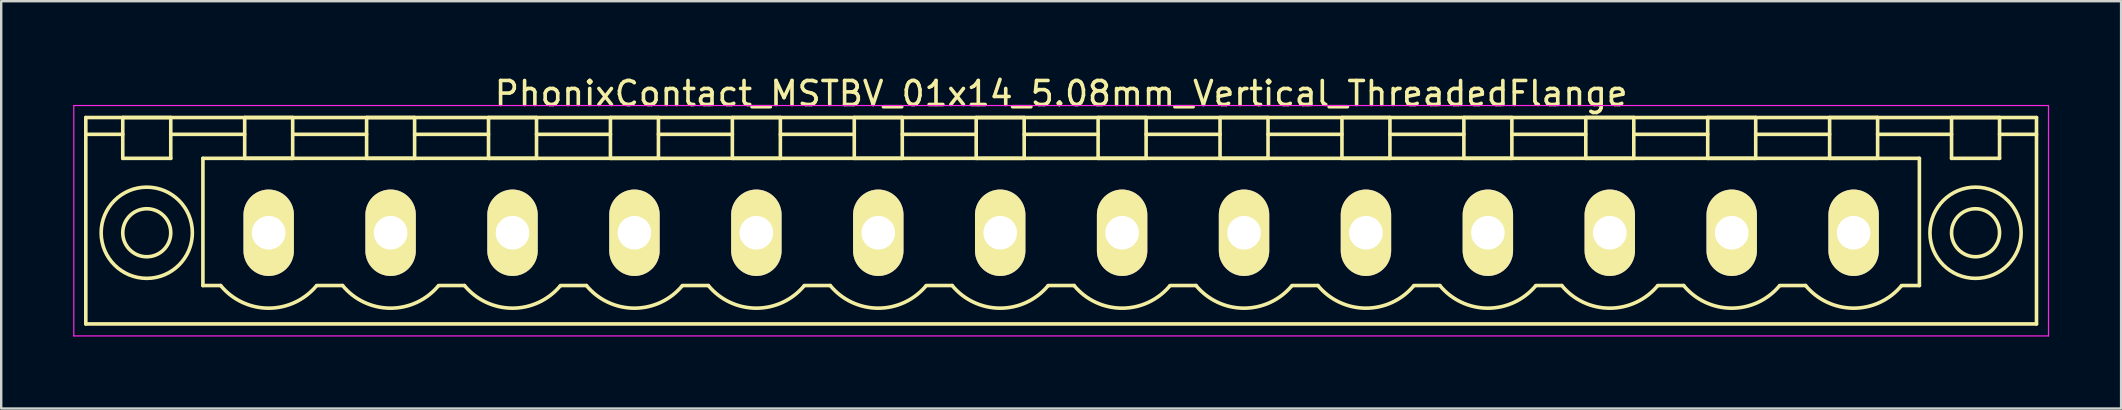
<source format=kicad_pcb>
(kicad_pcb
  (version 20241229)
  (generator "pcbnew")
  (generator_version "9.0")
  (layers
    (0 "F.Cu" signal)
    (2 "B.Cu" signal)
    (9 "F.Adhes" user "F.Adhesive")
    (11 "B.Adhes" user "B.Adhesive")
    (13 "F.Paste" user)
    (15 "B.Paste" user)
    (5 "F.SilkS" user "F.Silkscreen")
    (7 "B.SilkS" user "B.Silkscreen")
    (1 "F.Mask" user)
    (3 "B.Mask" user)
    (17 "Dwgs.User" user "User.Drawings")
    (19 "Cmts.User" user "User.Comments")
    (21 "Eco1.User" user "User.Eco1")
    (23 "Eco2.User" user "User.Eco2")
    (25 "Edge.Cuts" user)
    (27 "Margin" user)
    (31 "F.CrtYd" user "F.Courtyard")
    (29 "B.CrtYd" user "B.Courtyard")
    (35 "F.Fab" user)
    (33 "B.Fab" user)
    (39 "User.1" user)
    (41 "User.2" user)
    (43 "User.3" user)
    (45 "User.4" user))
  (footprint "PhonixContact_MSTBV_01x14_5.08mm_Vertical_ThreadedFlange"
    (layer "F.Cu")
    (at 8.145 6.648)
    (property "Reference" "PhonixContact_MSTBV_01x14_5.08mm_Vertical_ThreadedFlange" (at 33.02 -5.8 0) (layer "F.SilkS") (effects (font (size 1 1) (thickness 0.15))))
    (attr through_hole)
    (fp_line (start -7.62 -4.8) (end -7.62 3.8) (stroke (width 0.15) (type solid)) (layer "F.SilkS"))
    (fp_line (start -7.62 -4.1) (end -6.08 -4.1) (stroke (width 0.15) (type solid)) (layer "F.SilkS"))
    (fp_line (start -7.62 3.8) (end 73.66 3.8) (stroke (width 0.15) (type solid)) (layer "F.SilkS"))
    (fp_line (start -6.08 -4.8) (end -4.08 -4.8) (stroke (width 0.15) (type solid)) (layer "F.SilkS"))
    (fp_line (start -6.08 -3.1) (end -6.08 -4.8) (stroke (width 0.15) (type solid)) (layer "F.SilkS"))
    (fp_line (start -4.08 -4.8) (end -4.08 -3.1) (stroke (width 0.15) (type solid)) (layer "F.SilkS"))
    (fp_line (start -4.08 -4.1) (end -1 -4.1) (stroke (width 0.15) (type solid)) (layer "F.SilkS"))
    (fp_line (start -4.08 -3.1) (end -6.08 -3.1) (stroke (width 0.15) (type solid)) (layer "F.SilkS"))
    (fp_line (start -2.74 -3.1) (end 68.78 -3.1) (stroke (width 0.15) (type solid)) (layer "F.SilkS"))
    (fp_line (start -2.74 2.2) (end -2.74 -3.1) (stroke (width 0.15) (type solid)) (layer "F.SilkS"))
    (fp_line (start -2 2.2) (end -2.74 2.2) (stroke (width 0.15) (type solid)) (layer "F.SilkS"))
    (fp_line (start -1 -4.8) (end 1 -4.8) (stroke (width 0.15) (type solid)) (layer "F.SilkS"))
    (fp_line (start -1 -3.1) (end -1 -4.8) (stroke (width 0.15) (type solid)) (layer "F.SilkS"))
    (fp_line (start 1 -4.8) (end 1 -3.1) (stroke (width 0.15) (type solid)) (layer "F.SilkS"))
    (fp_line (start 1 -4.1) (end 4.08 -4.1) (stroke (width 0.15) (type solid)) (layer "F.SilkS"))
    (fp_line (start 1 -3.1) (end -1 -3.1) (stroke (width 0.15) (type solid)) (layer "F.SilkS"))
    (fp_line (start 2 2.2) (end 3.08 2.2) (stroke (width 0.15) (type solid)) (layer "F.SilkS"))
    (fp_line (start 4.08 -4.8) (end 6.08 -4.8) (stroke (width 0.15) (type solid)) (layer "F.SilkS"))
    (fp_line (start 4.08 -3.1) (end 4.08 -4.8) (stroke (width 0.15) (type solid)) (layer "F.SilkS"))
    (fp_line (start 6.08 -4.8) (end 6.08 -3.1) (stroke (width 0.15) (type solid)) (layer "F.SilkS"))
    (fp_line (start 6.08 -4.1) (end 9.16 -4.1) (stroke (width 0.15) (type solid)) (layer "F.SilkS"))
    (fp_line (start 6.08 -3.1) (end 4.08 -3.1) (stroke (width 0.15) (type solid)) (layer "F.SilkS"))
    (fp_line (start 7.08 2.2) (end 8.16 2.2) (stroke (width 0.15) (type solid)) (layer "F.SilkS"))
    (fp_line (start 9.16 -4.8) (end 11.16 -4.8) (stroke (width 0.15) (type solid)) (layer "F.SilkS"))
    (fp_line (start 9.16 -3.1) (end 9.16 -4.8) (stroke (width 0.15) (type solid)) (layer "F.SilkS"))
    (fp_line (start 11.16 -4.8) (end 11.16 -3.1) (stroke (width 0.15) (type solid)) (layer "F.SilkS"))
    (fp_line (start 11.16 -4.1) (end 14.24 -4.1) (stroke (width 0.15) (type solid)) (layer "F.SilkS"))
    (fp_line (start 11.16 -3.1) (end 9.16 -3.1) (stroke (width 0.15) (type solid)) (layer "F.SilkS"))
    (fp_line (start 12.16 2.2) (end 13.24 2.2) (stroke (width 0.15) (type solid)) (layer "F.SilkS"))
    (fp_line (start 14.24 -4.8) (end 16.24 -4.8) (stroke (width 0.15) (type solid)) (layer "F.SilkS"))
    (fp_line (start 14.24 -3.1) (end 14.24 -4.8) (stroke (width 0.15) (type solid)) (layer "F.SilkS"))
    (fp_line (start 16.24 -4.8) (end 16.24 -3.1) (stroke (width 0.15) (type solid)) (layer "F.SilkS"))
    (fp_line (start 16.24 -4.1) (end 19.32 -4.1) (stroke (width 0.15) (type solid)) (layer "F.SilkS"))
    (fp_line (start 16.24 -3.1) (end 14.24 -3.1) (stroke (width 0.15) (type solid)) (layer "F.SilkS"))
    (fp_line (start 17.24 2.2) (end 18.32 2.2) (stroke (width 0.15) (type solid)) (layer "F.SilkS"))
    (fp_line (start 19.32 -4.8) (end 21.32 -4.8) (stroke (width 0.15) (type solid)) (layer "F.SilkS"))
    (fp_line (start 19.32 -3.1) (end 19.32 -4.8) (stroke (width 0.15) (type solid)) (layer "F.SilkS"))
    (fp_line (start 21.32 -4.8) (end 21.32 -3.1) (stroke (width 0.15) (type solid)) (layer "F.SilkS"))
    (fp_line (start 21.32 -4.1) (end 24.4 -4.1) (stroke (width 0.15) (type solid)) (layer "F.SilkS"))
    (fp_line (start 21.32 -3.1) (end 19.32 -3.1) (stroke (width 0.15) (type solid)) (layer "F.SilkS"))
    (fp_line (start 22.32 2.2) (end 23.4 2.2) (stroke (width 0.15) (type solid)) (layer "F.SilkS"))
    (fp_line (start 24.4 -4.8) (end 26.4 -4.8) (stroke (width 0.15) (type solid)) (layer "F.SilkS"))
    (fp_line (start 24.4 -3.1) (end 24.4 -4.8) (stroke (width 0.15) (type solid)) (layer "F.SilkS"))
    (fp_line (start 26.4 -4.8) (end 26.4 -3.1) (stroke (width 0.15) (type solid)) (layer "F.SilkS"))
    (fp_line (start 26.4 -4.1) (end 29.48 -4.1) (stroke (width 0.15) (type solid)) (layer "F.SilkS"))
    (fp_line (start 26.4 -3.1) (end 24.4 -3.1) (stroke (width 0.15) (type solid)) (layer "F.SilkS"))
    (fp_line (start 27.4 2.2) (end 28.48 2.2) (stroke (width 0.15) (type solid)) (layer "F.SilkS"))
    (fp_line (start 29.48 -4.8) (end 31.48 -4.8) (stroke (width 0.15) (type solid)) (layer "F.SilkS"))
    (fp_line (start 29.48 -3.1) (end 29.48 -4.8) (stroke (width 0.15) (type solid)) (layer "F.SilkS"))
    (fp_line (start 31.48 -4.8) (end 31.48 -3.1) (stroke (width 0.15) (type solid)) (layer "F.SilkS"))
    (fp_line (start 31.48 -4.1) (end 34.56 -4.1) (stroke (width 0.15) (type solid)) (layer "F.SilkS"))
    (fp_line (start 31.48 -3.1) (end 29.48 -3.1) (stroke (width 0.15) (type solid)) (layer "F.SilkS"))
    (fp_line (start 32.48 2.2) (end 33.56 2.2) (stroke (width 0.15) (type solid)) (layer "F.SilkS"))
    (fp_line (start 34.56 -4.8) (end 36.56 -4.8) (stroke (width 0.15) (type solid)) (layer "F.SilkS"))
    (fp_line (start 34.56 -3.1) (end 34.56 -4.8) (stroke (width 0.15) (type solid)) (layer "F.SilkS"))
    (fp_line (start 36.56 -4.8) (end 36.56 -3.1) (stroke (width 0.15) (type solid)) (layer "F.SilkS"))
    (fp_line (start 36.56 -4.1) (end 39.64 -4.1) (stroke (width 0.15) (type solid)) (layer "F.SilkS"))
    (fp_line (start 36.56 -3.1) (end 34.56 -3.1) (stroke (width 0.15) (type solid)) (layer "F.SilkS"))
    (fp_line (start 37.56 2.2) (end 38.64 2.2) (stroke (width 0.15) (type solid)) (layer "F.SilkS"))
    (fp_line (start 39.64 -4.8) (end 41.64 -4.8) (stroke (width 0.15) (type solid)) (layer "F.SilkS"))
    (fp_line (start 39.64 -3.1) (end 39.64 -4.8) (stroke (width 0.15) (type solid)) (layer "F.SilkS"))
    (fp_line (start 41.64 -4.8) (end 41.64 -3.1) (stroke (width 0.15) (type solid)) (layer "F.SilkS"))
    (fp_line (start 41.64 -4.1) (end 44.72 -4.1) (stroke (width 0.15) (type solid)) (layer "F.SilkS"))
    (fp_line (start 41.64 -3.1) (end 39.64 -3.1) (stroke (width 0.15) (type solid)) (layer "F.SilkS"))
    (fp_line (start 42.64 2.2) (end 43.72 2.2) (stroke (width 0.15) (type solid)) (layer "F.SilkS"))
    (fp_line (start 44.72 -4.8) (end 46.72 -4.8) (stroke (width 0.15) (type solid)) (layer "F.SilkS"))
    (fp_line (start 44.72 -3.1) (end 44.72 -4.8) (stroke (width 0.15) (type solid)) (layer "F.SilkS"))
    (fp_line (start 46.72 -4.8) (end 46.72 -3.1) (stroke (width 0.15) (type solid)) (layer "F.SilkS"))
    (fp_line (start 46.72 -4.1) (end 49.8 -4.1) (stroke (width 0.15) (type solid)) (layer "F.SilkS"))
    (fp_line (start 46.72 -3.1) (end 44.72 -3.1) (stroke (width 0.15) (type solid)) (layer "F.SilkS"))
    (fp_line (start 47.72 2.2) (end 48.8 2.2) (stroke (width 0.15) (type solid)) (layer "F.SilkS"))
    (fp_line (start 49.8 -4.8) (end 51.8 -4.8) (stroke (width 0.15) (type solid)) (layer "F.SilkS"))
    (fp_line (start 49.8 -3.1) (end 49.8 -4.8) (stroke (width 0.15) (type solid)) (layer "F.SilkS"))
    (fp_line (start 51.8 -4.8) (end 51.8 -3.1) (stroke (width 0.15) (type solid)) (layer "F.SilkS"))
    (fp_line (start 51.8 -4.1) (end 54.88 -4.1) (stroke (width 0.15) (type solid)) (layer "F.SilkS"))
    (fp_line (start 51.8 -3.1) (end 49.8 -3.1) (stroke (width 0.15) (type solid)) (layer "F.SilkS"))
    (fp_line (start 52.8 2.2) (end 53.88 2.2) (stroke (width 0.15) (type solid)) (layer "F.SilkS"))
    (fp_line (start 54.88 -4.8) (end 56.88 -4.8) (stroke (width 0.15) (type solid)) (layer "F.SilkS"))
    (fp_line (start 54.88 -3.1) (end 54.88 -4.8) (stroke (width 0.15) (type solid)) (layer "F.SilkS"))
    (fp_line (start 56.88 -4.8) (end 56.88 -3.1) (stroke (width 0.15) (type solid)) (layer "F.SilkS"))
    (fp_line (start 56.88 -4.1) (end 59.96 -4.1) (stroke (width 0.15) (type solid)) (layer "F.SilkS"))
    (fp_line (start 56.88 -3.1) (end 54.88 -3.1) (stroke (width 0.15) (type solid)) (layer "F.SilkS"))
    (fp_line (start 57.88 2.2) (end 58.96 2.2) (stroke (width 0.15) (type solid)) (layer "F.SilkS"))
    (fp_line (start 59.96 -4.8) (end 61.96 -4.8) (stroke (width 0.15) (type solid)) (layer "F.SilkS"))
    (fp_line (start 59.96 -3.1) (end 59.96 -4.8) (stroke (width 0.15) (type solid)) (layer "F.SilkS"))
    (fp_line (start 61.96 -4.8) (end 61.96 -3.1) (stroke (width 0.15) (type solid)) (layer "F.SilkS"))
    (fp_line (start 61.96 -4.1) (end 65.04 -4.1) (stroke (width 0.15) (type solid)) (layer "F.SilkS"))
    (fp_line (start 61.96 -3.1) (end 59.96 -3.1) (stroke (width 0.15) (type solid)) (layer "F.SilkS"))
    (fp_line (start 62.96 2.2) (end 64.04 2.2) (stroke (width 0.15) (type solid)) (layer "F.SilkS"))
    (fp_line (start 65.04 -4.8) (end 67.04 -4.8) (stroke (width 0.15) (type solid)) (layer "F.SilkS"))
    (fp_line (start 65.04 -3.1) (end 65.04 -4.8) (stroke (width 0.15) (type solid)) (layer "F.SilkS"))
    (fp_line (start 67.04 -4.8) (end 67.04 -3.1) (stroke (width 0.15) (type solid)) (layer "F.SilkS"))
    (fp_line (start 67.04 -4.1) (end 70.12 -4.1) (stroke (width 0.15) (type solid)) (layer "F.SilkS"))
    (fp_line (start 67.04 -3.1) (end 65.04 -3.1) (stroke (width 0.15) (type solid)) (layer "F.SilkS"))
    (fp_line (start 68.78 -3.1) (end 68.78 2.2) (stroke (width 0.15) (type solid)) (layer "F.SilkS"))
    (fp_line (start 68.78 2.2) (end 68.04 2.2) (stroke (width 0.15) (type solid)) (layer "F.SilkS"))
    (fp_line (start 70.12 -4.8) (end 72.12 -4.8) (stroke (width 0.15) (type solid)) (layer "F.SilkS"))
    (fp_line (start 70.12 -3.1) (end 70.12 -4.8) (stroke (width 0.15) (type solid)) (layer "F.SilkS"))
    (fp_line (start 72.12 -4.8) (end 72.12 -3.1) (stroke (width 0.15) (type solid)) (layer "F.SilkS"))
    (fp_line (start 72.12 -3.1) (end 70.12 -3.1) (stroke (width 0.15) (type solid)) (layer "F.SilkS"))
    (fp_line (start 73.66 -4.8) (end -7.62 -4.8) (stroke (width 0.15) (type solid)) (layer "F.SilkS"))
    (fp_line (start 73.66 -4.1) (end 72.12 -4.1) (stroke (width 0.15) (type solid)) (layer "F.SilkS"))
    (fp_line (start 73.66 3.8) (end 73.66 -4.8) (stroke (width 0.15) (type solid)) (layer "F.SilkS"))
    (fp_arc (start 1.986842 2.215821) (mid -0.010289 3.142758) (end -2 2.2) (stroke (width 0.15) (type solid)) (layer "F.SilkS"))
    (fp_arc (start 7.066842 2.215821) (mid 5.069711 3.142758) (end 3.08 2.2) (stroke (width 0.15) (type solid)) (layer "F.SilkS"))
    (fp_arc (start 12.146842 2.215821) (mid 10.149711 3.142758) (end 8.16 2.2) (stroke (width 0.15) (type solid)) (layer "F.SilkS"))
    (fp_arc (start 17.226842 2.215821) (mid 15.229711 3.142758) (end 13.24 2.2) (stroke (width 0.15) (type solid)) (layer "F.SilkS"))
    (fp_arc (start 22.306842 2.215821) (mid 20.309711 3.142758) (end 18.32 2.2) (stroke (width 0.15) (type solid)) (layer "F.SilkS"))
    (fp_arc (start 27.386842 2.215821) (mid 25.389711 3.142758) (end 23.4 2.2) (stroke (width 0.15) (type solid)) (layer "F.SilkS"))
    (fp_arc (start 32.466842 2.215821) (mid 30.469711 3.142758) (end 28.48 2.2) (stroke (width 0.15) (type solid)) (layer "F.SilkS"))
    (fp_arc (start 37.546842 2.215821) (mid 35.549711 3.142758) (end 33.56 2.2) (stroke (width 0.15) (type solid)) (layer "F.SilkS"))
    (fp_arc (start 42.626842 2.215821) (mid 40.629711 3.142758) (end 38.64 2.2) (stroke (width 0.15) (type solid)) (layer "F.SilkS"))
    (fp_arc (start 47.706842 2.215821) (mid 45.709711 3.142758) (end 43.72 2.2) (stroke (width 0.15) (type solid)) (layer "F.SilkS"))
    (fp_arc (start 52.786842 2.215821) (mid 50.789711 3.142758) (end 48.8 2.2) (stroke (width 0.15) (type solid)) (layer "F.SilkS"))
    (fp_arc (start 57.866842 2.215821) (mid 55.869711 3.142758) (end 53.88 2.2) (stroke (width 0.15) (type solid)) (layer "F.SilkS"))
    (fp_arc (start 62.946842 2.215821) (mid 60.949711 3.142758) (end 58.96 2.2) (stroke (width 0.15) (type solid)) (layer "F.SilkS"))
    (fp_arc (start 68.026842 2.215821) (mid 66.029711 3.142758) (end 64.04 2.2) (stroke (width 0.15) (type solid)) (layer "F.SilkS"))
    (fp_circle (center -5.08 0) (end -4.08 0) (stroke (width 0.15) (type solid)) (fill no) (layer "F.SilkS"))
    (fp_circle (center -5.08 0) (end -3.18 0) (stroke (width 0.15) (type solid)) (fill no) (layer "F.SilkS"))
    (fp_circle (center 71.12 0) (end 72.12 0) (stroke (width 0.15) (type solid)) (fill no) (layer "F.SilkS"))
    (fp_circle (center 71.12 0) (end 73.02 0) (stroke (width 0.15) (type solid)) (fill no) (layer "F.SilkS"))
    (fp_line (start -8.12 -5.3) (end -8.12 4.3) (stroke (width 0.05) (type solid)) (layer "F.CrtYd"))
    (fp_line (start -8.12 4.3) (end 74.16 4.3) (stroke (width 0.05) (type solid)) (layer "F.CrtYd"))
    (fp_line (start 74.16 -5.3) (end -8.12 -5.3) (stroke (width 0.05) (type solid)) (layer "F.CrtYd"))
    (fp_line (start 74.16 4.3) (end 74.16 -5.3) (stroke (width 0.05) (type solid)) (layer "F.CrtYd"))
    (pad "1" thru_hole oval (at 0 0) (size 2.1 3.6) (drill 1.4) (layers "*.Cu" "*.Mask" "F.SilkS"))
    (pad "2" thru_hole oval (at 5.08 0) (size 2.1 3.6) (drill 1.4) (layers "*.Cu" "*.Mask" "F.SilkS"))
    (pad "3" thru_hole oval (at 10.16 0) (size 2.1 3.6) (drill 1.4) (layers "*.Cu" "*.Mask" "F.SilkS"))
    (pad "4" thru_hole oval (at 15.24 0) (size 2.1 3.6) (drill 1.4) (layers "*.Cu" "*.Mask" "F.SilkS"))
    (pad "5" thru_hole oval (at 20.32 0) (size 2.1 3.6) (drill 1.4) (layers "*.Cu" "*.Mask" "F.SilkS"))
    (pad "6" thru_hole oval (at 25.4 0) (size 2.1 3.6) (drill 1.4) (layers "*.Cu" "*.Mask" "F.SilkS"))
    (pad "7" thru_hole oval (at 30.48 0) (size 2.1 3.6) (drill 1.4) (layers "*.Cu" "*.Mask" "F.SilkS"))
    (pad "8" thru_hole oval (at 35.56 0) (size 2.1 3.6) (drill 1.4) (layers "*.Cu" "*.Mask" "F.SilkS"))
    (pad "9" thru_hole oval (at 40.64 0) (size 2.1 3.6) (drill 1.4) (layers "*.Cu" "*.Mask" "F.SilkS"))
    (pad "10" thru_hole oval (at 45.72 0) (size 2.1 3.6) (drill 1.4) (layers "*.Cu" "*.Mask" "F.SilkS"))
    (pad "11" thru_hole oval (at 50.8 0) (size 2.1 3.6) (drill 1.4) (layers "*.Cu" "*.Mask" "F.SilkS"))
    (pad "12" thru_hole oval (at 55.88 0) (size 2.1 3.6) (drill 1.4) (layers "*.Cu" "*.Mask" "F.SilkS"))
    (pad "13" thru_hole oval (at 60.96 0) (size 2.1 3.6) (drill 1.4) (layers "*.Cu" "*.Mask" "F.SilkS"))
    (pad "14" thru_hole oval (at 66.04 0) (size 2.1 3.6) (drill 1.4) (layers "*.Cu" "*.Mask" "F.SilkS")))
  (gr_rect
    (start -3 -3)
    (end 85.33 13.973)
    (stroke (width 0.1) (type default))
    (fill no)
    (layer "Edge.Cuts")))
</source>
